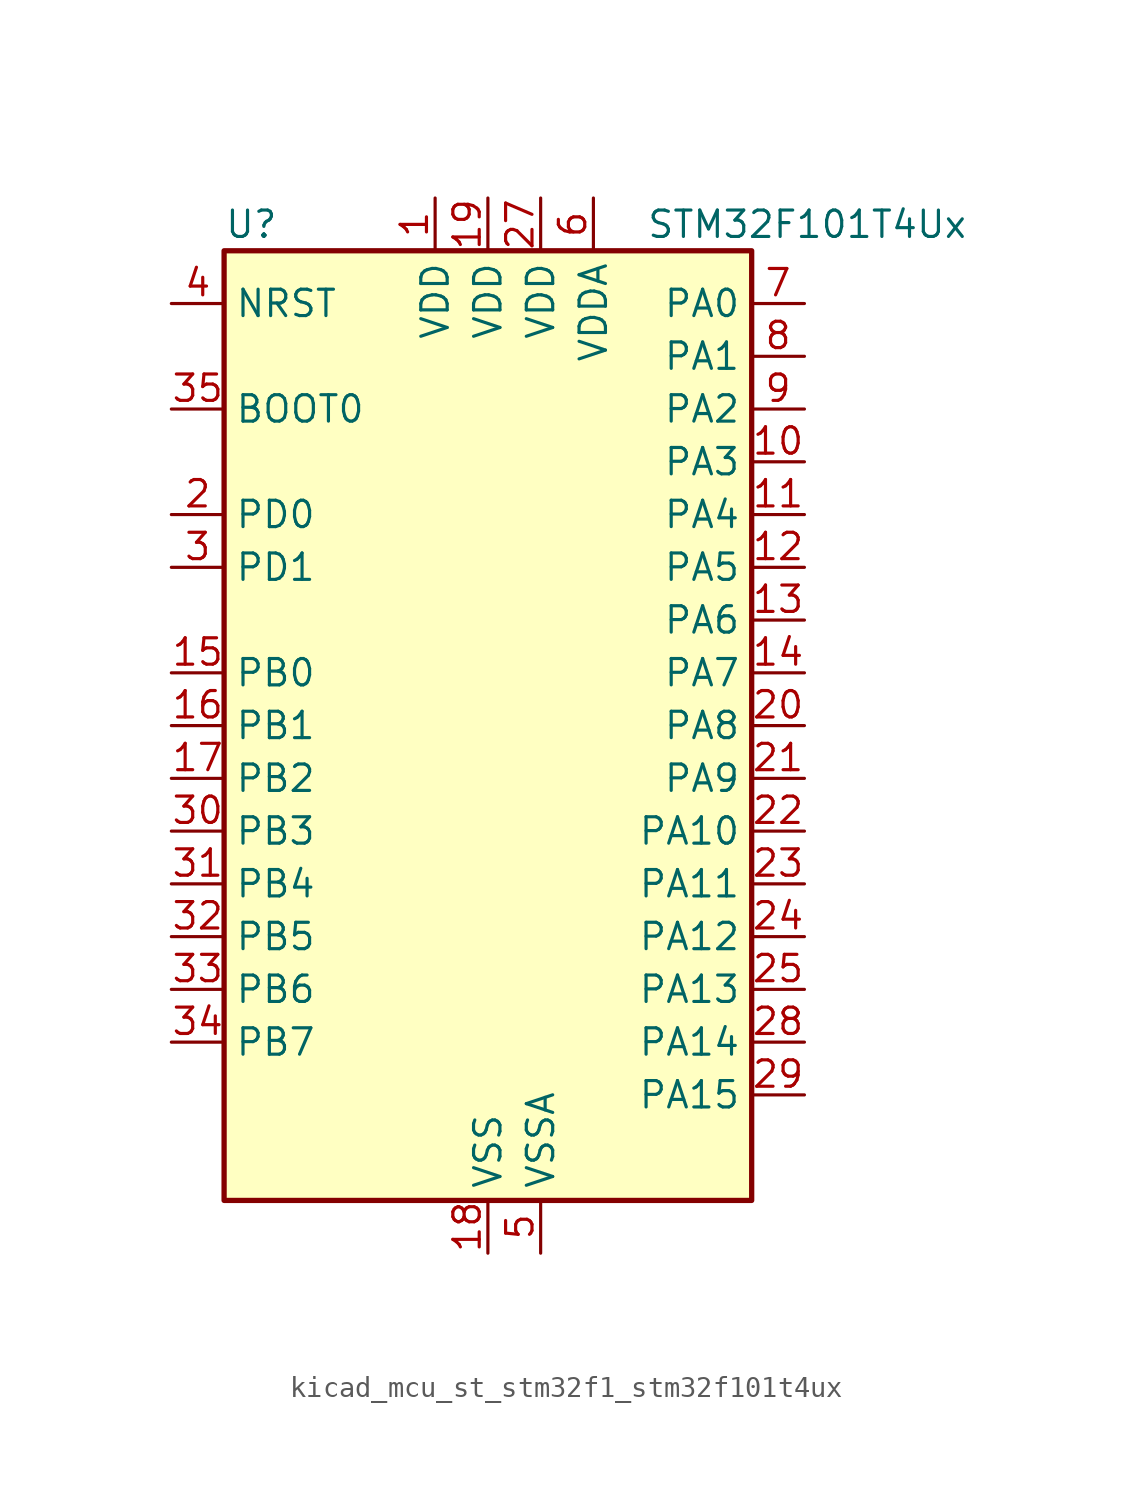
<source format=kicad_sym>
(kicad_symbol_lib
  (version 20220914)
  (generator kicad_symbol_editor)
  (symbol "kicad_mcu_st_stm32f1_stm32f101t4ux"
    (property "Reference" "U"
      (at -12.7 24.13 0)
      (effects (font (size 1.27 1.27)) (justify left)))
    (property "Value" "STM32F101T4Ux"
      (at 7.62 24.13 0)
      (effects (font (size 1.27 1.27)) (justify left)))
    (property "ki_locked" ""
      (at 0 0 0)
      (effects (font (size 1.27 1.27))))
    (symbol "kicad_mcu_st_stm32f1_stm32f101t4ux_0_1"
      (rectangle (start -12.7 -22.86) (end 12.7 22.86) (stroke (width 0.254) (type default)) (fill (type background))))
    (symbol "kicad_mcu_st_stm32f1_stm32f101t4ux_1_1"
      (pin power_in line (at -2.54 25.4 270) (length 2.54) (name "VDD" (effects (font (size 1.27 1.27)))) (number "1" (effects (font (size 1.27 1.27)))))
      (pin bidirectional line (at 15.24 12.7 180) (length 2.54) (name "PA3" (effects (font (size 1.27 1.27)))) (number "10" (effects (font (size 1.27 1.27)))) (alternate "ADC1_IN3" bidirectional line) (alternate "TIM2_CH4" bidirectional line) (alternate "USART2_RX" bidirectional line))
      (pin bidirectional line (at 15.24 10.16 180) (length 2.54) (name "PA4" (effects (font (size 1.27 1.27)))) (number "11" (effects (font (size 1.27 1.27)))) (alternate "ADC1_IN4" bidirectional line) (alternate "SPI1_NSS" bidirectional line) (alternate "USART2_CK" bidirectional line))
      (pin bidirectional line (at 15.24 7.62 180) (length 2.54) (name "PA5" (effects (font (size 1.27 1.27)))) (number "12" (effects (font (size 1.27 1.27)))) (alternate "ADC1_IN5" bidirectional line) (alternate "SPI1_SCK" bidirectional line))
      (pin bidirectional line (at 15.24 5.08 180) (length 2.54) (name "PA6" (effects (font (size 1.27 1.27)))) (number "13" (effects (font (size 1.27 1.27)))) (alternate "ADC1_IN6" bidirectional line) (alternate "SPI1_MISO" bidirectional line) (alternate "TIM3_CH1" bidirectional line))
      (pin bidirectional line (at 15.24 2.54 180) (length 2.54) (name "PA7" (effects (font (size 1.27 1.27)))) (number "14" (effects (font (size 1.27 1.27)))) (alternate "ADC1_IN7" bidirectional line) (alternate "SPI1_MOSI" bidirectional line) (alternate "TIM3_CH2" bidirectional line))
      (pin bidirectional line (at -15.24 2.54 0) (length 2.54) (name "PB0" (effects (font (size 1.27 1.27)))) (number "15" (effects (font (size 1.27 1.27)))) (alternate "ADC1_IN8" bidirectional line) (alternate "TIM3_CH3" bidirectional line))
      (pin bidirectional line (at -15.24 0 0) (length 2.54) (name "PB1" (effects (font (size 1.27 1.27)))) (number "16" (effects (font (size 1.27 1.27)))) (alternate "ADC1_IN9" bidirectional line) (alternate "TIM3_CH4" bidirectional line))
      (pin bidirectional line (at -15.24 -2.54 0) (length 2.54) (name "PB2" (effects (font (size 1.27 1.27)))) (number "17" (effects (font (size 1.27 1.27)))))
      (pin power_in line (at 0 -25.4 90) (length 2.54) (name "VSS" (effects (font (size 1.27 1.27)))) (number "18" (effects (font (size 1.27 1.27)))))
      (pin power_in line (at 0 25.4 270) (length 2.54) (name "VDD" (effects (font (size 1.27 1.27)))) (number "19" (effects (font (size 1.27 1.27)))))
      (pin bidirectional line (at -15.24 10.16 0) (length 2.54) (name "PD0" (effects (font (size 1.27 1.27)))) (number "2" (effects (font (size 1.27 1.27)))) (alternate "RCC_OSC_IN" bidirectional line))
      (pin bidirectional line (at 15.24 0 180) (length 2.54) (name "PA8" (effects (font (size 1.27 1.27)))) (number "20" (effects (font (size 1.27 1.27)))) (alternate "RCC_MCO" bidirectional line) (alternate "USART1_CK" bidirectional line))
      (pin bidirectional line (at 15.24 -2.54 180) (length 2.54) (name "PA9" (effects (font (size 1.27 1.27)))) (number "21" (effects (font (size 1.27 1.27)))) (alternate "USART1_TX" bidirectional line))
      (pin bidirectional line (at 15.24 -5.08 180) (length 2.54) (name "PA10" (effects (font (size 1.27 1.27)))) (number "22" (effects (font (size 1.27 1.27)))) (alternate "USART1_RX" bidirectional line))
      (pin bidirectional line (at 15.24 -7.62 180) (length 2.54) (name "PA11" (effects (font (size 1.27 1.27)))) (number "23" (effects (font (size 1.27 1.27)))) (alternate "ADC1_EXTI11" bidirectional line) (alternate "USART1_CTS" bidirectional line))
      (pin bidirectional line (at 15.24 -10.16 180) (length 2.54) (name "PA12" (effects (font (size 1.27 1.27)))) (number "24" (effects (font (size 1.27 1.27)))) (alternate "USART1_RTS" bidirectional line))
      (pin bidirectional line (at 15.24 -12.7 180) (length 2.54) (name "PA13" (effects (font (size 1.27 1.27)))) (number "25" (effects (font (size 1.27 1.27)))) (alternate "SYS_JTMS-SWDIO" bidirectional line))
      (pin passive line (at 0 -25.4 90) (length 2.54) hide (name "VSS" (effects (font (size 1.27 1.27)))) (number "26" (effects (font (size 1.27 1.27)))))
      (pin power_in line (at 2.54 25.4 270) (length 2.54) (name "VDD" (effects (font (size 1.27 1.27)))) (number "27" (effects (font (size 1.27 1.27)))))
      (pin bidirectional line (at 15.24 -15.24 180) (length 2.54) (name "PA14" (effects (font (size 1.27 1.27)))) (number "28" (effects (font (size 1.27 1.27)))) (alternate "SYS_JTCK-SWCLK" bidirectional line))
      (pin bidirectional line (at 15.24 -17.78 180) (length 2.54) (name "PA15" (effects (font (size 1.27 1.27)))) (number "29" (effects (font (size 1.27 1.27)))) (alternate "ADC1_EXTI15" bidirectional line) (alternate "SPI1_NSS" bidirectional line) (alternate "SYS_JTDI" bidirectional line) (alternate "TIM2_CH1" bidirectional line) (alternate "TIM2_ETR" bidirectional line))
      (pin bidirectional line (at -15.24 7.62 0) (length 2.54) (name "PD1" (effects (font (size 1.27 1.27)))) (number "3" (effects (font (size 1.27 1.27)))) (alternate "RCC_OSC_OUT" bidirectional line))
      (pin bidirectional line (at -15.24 -5.08 0) (length 2.54) (name "PB3" (effects (font (size 1.27 1.27)))) (number "30" (effects (font (size 1.27 1.27)))) (alternate "SPI1_SCK" bidirectional line) (alternate "SYS_JTDO-TRACESWO" bidirectional line) (alternate "TIM2_CH2" bidirectional line))
      (pin bidirectional line (at -15.24 -7.62 0) (length 2.54) (name "PB4" (effects (font (size 1.27 1.27)))) (number "31" (effects (font (size 1.27 1.27)))) (alternate "SPI1_MISO" bidirectional line) (alternate "SYS_NJTRST" bidirectional line) (alternate "TIM3_CH1" bidirectional line))
      (pin bidirectional line (at -15.24 -10.16 0) (length 2.54) (name "PB5" (effects (font (size 1.27 1.27)))) (number "32" (effects (font (size 1.27 1.27)))) (alternate "I2C1_SMBA" bidirectional line) (alternate "SPI1_MOSI" bidirectional line) (alternate "TIM3_CH2" bidirectional line))
      (pin bidirectional line (at -15.24 -12.7 0) (length 2.54) (name "PB6" (effects (font (size 1.27 1.27)))) (number "33" (effects (font (size 1.27 1.27)))) (alternate "I2C1_SCL" bidirectional line) (alternate "USART1_TX" bidirectional line))
      (pin bidirectional line (at -15.24 -15.24 0) (length 2.54) (name "PB7" (effects (font (size 1.27 1.27)))) (number "34" (effects (font (size 1.27 1.27)))) (alternate "I2C1_SDA" bidirectional line) (alternate "USART1_RX" bidirectional line))
      (pin input line (at -15.24 15.24 0) (length 2.54) (name "BOOT0" (effects (font (size 1.27 1.27)))) (number "35" (effects (font (size 1.27 1.27)))))
      (pin passive line (at 0 -25.4 90) (length 2.54) hide (name "VSS" (effects (font (size 1.27 1.27)))) (number "36" (effects (font (size 1.27 1.27)))))
      (pin passive line (at 0 -25.4 90) (length 2.54) hide (name "VSS" (effects (font (size 1.27 1.27)))) (number "37" (effects (font (size 1.27 1.27)))))
      (pin input line (at -15.24 20.32 0) (length 2.54) (name "NRST" (effects (font (size 1.27 1.27)))) (number "4" (effects (font (size 1.27 1.27)))))
      (pin power_in line (at 2.54 -25.4 90) (length 2.54) (name "VSSA" (effects (font (size 1.27 1.27)))) (number "5" (effects (font (size 1.27 1.27)))))
      (pin power_in line (at 5.08 25.4 270) (length 2.54) (name "VDDA" (effects (font (size 1.27 1.27)))) (number "6" (effects (font (size 1.27 1.27)))))
      (pin bidirectional line (at 15.24 20.32 180) (length 2.54) (name "PA0" (effects (font (size 1.27 1.27)))) (number "7" (effects (font (size 1.27 1.27)))) (alternate "ADC1_IN0" bidirectional line) (alternate "SYS_WKUP" bidirectional line) (alternate "TIM2_CH1" bidirectional line) (alternate "TIM2_ETR" bidirectional line) (alternate "USART2_CTS" bidirectional line))
      (pin bidirectional line (at 15.24 17.78 180) (length 2.54) (name "PA1" (effects (font (size 1.27 1.27)))) (number "8" (effects (font (size 1.27 1.27)))) (alternate "ADC1_IN1" bidirectional line) (alternate "TIM2_CH2" bidirectional line) (alternate "USART2_RTS" bidirectional line))
      (pin bidirectional line (at 15.24 15.24 180) (length 2.54) (name "PA2" (effects (font (size 1.27 1.27)))) (number "9" (effects (font (size 1.27 1.27)))) (alternate "ADC1_IN2" bidirectional line) (alternate "TIM2_CH3" bidirectional line) (alternate "USART2_TX" bidirectional line)))))
</source>
